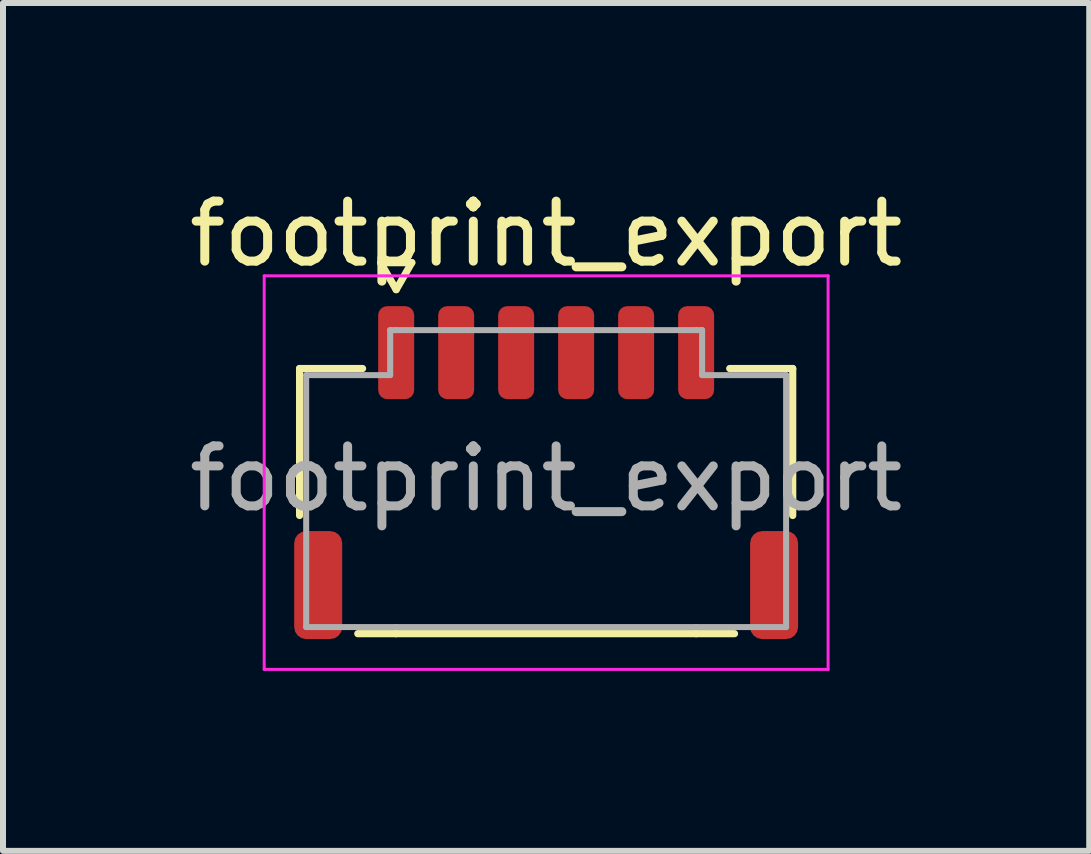
<source format=kicad_pcb>
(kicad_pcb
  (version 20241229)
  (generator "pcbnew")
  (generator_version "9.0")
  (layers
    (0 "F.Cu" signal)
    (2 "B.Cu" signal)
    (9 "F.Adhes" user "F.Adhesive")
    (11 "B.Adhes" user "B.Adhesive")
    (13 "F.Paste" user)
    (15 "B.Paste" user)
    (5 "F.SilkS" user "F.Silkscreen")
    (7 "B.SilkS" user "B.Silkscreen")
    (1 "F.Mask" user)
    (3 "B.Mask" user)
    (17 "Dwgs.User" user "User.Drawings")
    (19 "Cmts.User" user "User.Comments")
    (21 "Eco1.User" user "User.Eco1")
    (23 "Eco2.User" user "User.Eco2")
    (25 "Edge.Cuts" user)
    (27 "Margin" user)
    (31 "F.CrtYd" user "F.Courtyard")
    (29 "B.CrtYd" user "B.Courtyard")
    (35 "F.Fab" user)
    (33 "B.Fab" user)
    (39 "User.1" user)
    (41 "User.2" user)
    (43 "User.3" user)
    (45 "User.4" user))
  (footprint "footprint_export"
    (layer "F.Cu")
    (at 6.054 4.928)
    (property "Reference" "footprint_export" (at 0 -4.08 0) (layer "F.SilkS") (effects (font (size 1 1) (thickness 0.15))))
    (attr smd)
    (fp_line (start -4.11 -1.835) (end -3.06 -1.835) (stroke (width 0.12) (type solid)) (layer "F.SilkS"))
    (fp_line (start -4.11 0.615) (end -4.11 -1.835) (stroke (width 0.12) (type solid)) (layer "F.SilkS"))
    (fp_line (start -2.76 -3.6) (end -2.5 -3.15) (stroke (width 0.12) (type solid)) (layer "F.SilkS"))
    (fp_line (start -2.5 -3.15) (end -2.24 -3.6) (stroke (width 0.12) (type solid)) (layer "F.SilkS"))
    (fp_line (start -2.5 2.585) (end -3.14 2.585) (stroke (width 0.12) (type solid)) (layer "F.SilkS"))
    (fp_line (start -2.24 -3.6) (end -2.76 -3.6) (stroke (width 0.12) (type solid)) (layer "F.SilkS"))
    (fp_line (start 2.5 2.585) (end -2.5 2.585) (stroke (width 0.12) (type solid)) (layer "F.SilkS"))
    (fp_line (start 3.06 -1.835) (end 4.11 -1.835) (stroke (width 0.12) (type solid)) (layer "F.SilkS"))
    (fp_line (start 3.14 2.585) (end 2.5 2.585) (stroke (width 0.12) (type solid)) (layer "F.SilkS"))
    (fp_line (start 4.11 -1.835) (end 4.11 0.615) (stroke (width 0.12) (type solid)) (layer "F.SilkS"))
    (fp_line (start -4.7 -3.38) (end -4.7 3.18) (stroke (width 0.05) (type solid)) (layer "F.CrtYd"))
    (fp_line (start -4.7 3.18) (end 4.7 3.18) (stroke (width 0.05) (type solid)) (layer "F.CrtYd"))
    (fp_line (start 4.7 -3.38) (end -4.7 -3.38) (stroke (width 0.05) (type solid)) (layer "F.CrtYd"))
    (fp_line (start 4.7 3.18) (end 4.7 -3.38) (stroke (width 0.05) (type solid)) (layer "F.CrtYd"))
    (fp_line (start -4 -1.725) (end -2.6 -1.725) (stroke (width 0.1) (type solid)) (layer "F.Fab"))
    (fp_line (start -4 2.475) (end -4 -1.725) (stroke (width 0.1) (type solid)) (layer "F.Fab"))
    (fp_line (start -2.6 -2.475) (end -2.5 -2.475) (stroke (width 0.1) (type solid)) (layer "F.Fab"))
    (fp_line (start -2.6 -1.725) (end -2.6 -2.475) (stroke (width 0.1) (type solid)) (layer "F.Fab"))
    (fp_line (start -2.5 -2.475) (end 2.5 -2.475) (stroke (width 0.1) (type solid)) (layer "F.Fab"))
    (fp_line (start -2.5 2.475) (end -4 2.475) (stroke (width 0.1) (type solid)) (layer "F.Fab"))
    (fp_line (start 2.5 -2.475) (end 2.6 -2.475) (stroke (width 0.1) (type solid)) (layer "F.Fab"))
    (fp_line (start 2.5 2.475) (end -2.5 2.475) (stroke (width 0.1) (type solid)) (layer "F.Fab"))
    (fp_line (start 2.6 -2.475) (end 2.6 -1.725) (stroke (width 0.1) (type solid)) (layer "F.Fab"))
    (fp_line (start 2.6 -1.725) (end 4 -1.725) (stroke (width 0.1) (type solid)) (layer "F.Fab"))
    (fp_line (start 4 -1.725) (end 4 2.475) (stroke (width 0.1) (type solid)) (layer "F.Fab"))
    (fp_line (start 4 2.475) (end 2.5 2.475) (stroke (width 0.1) (type solid)) (layer "F.Fab"))
    (fp_text user "${REFERENCE}" (at 0 0 0) (layer "F.Fab") (effects (font (size 1 1) (thickness 0.15))))
    (pad "1" smd roundrect (at -2.5 -2.1) (size 0.6 1.55) (layers "F.Cu" "F.Mask" "F.Paste") (roundrect_rratio 0.25))
    (pad "2" smd roundrect (at -1.5 -2.1) (size 0.6 1.55) (layers "F.Cu" "F.Mask" "F.Paste") (roundrect_rratio 0.25))
    (pad "3" smd roundrect (at -0.5 -2.1) (size 0.6 1.55) (layers "F.Cu" "F.Mask" "F.Paste") (roundrect_rratio 0.25))
    (pad "4" smd roundrect (at 0.5 -2.1) (size 0.6 1.55) (layers "F.Cu" "F.Mask" "F.Paste") (roundrect_rratio 0.25))
    (pad "5" smd roundrect (at 1.5 -2.1) (size 0.6 1.55) (layers "F.Cu" "F.Mask" "F.Paste") (roundrect_rratio 0.25))
    (pad "6" smd roundrect (at 2.5 -2.1) (size 0.6 1.55) (layers "F.Cu" "F.Mask" "F.Paste") (roundrect_rratio 0.25))
    (pad "MP" smd roundrect (at -3.8 1.775) (size 0.8 1.8) (layers "F.Cu" "F.Mask" "F.Paste") (roundrect_rratio 0.25))
    (pad "MP" smd roundrect (at 3.8 1.775) (size 0.8 1.8) (layers "F.Cu" "F.Mask" "F.Paste") (roundrect_rratio 0.25)))
  (gr_rect
    (start -3 -3)
    (end 15.107 11.133)
    (stroke (width 0.1) (type default))
    (fill no)
    (layer "Edge.Cuts")))
</source>
